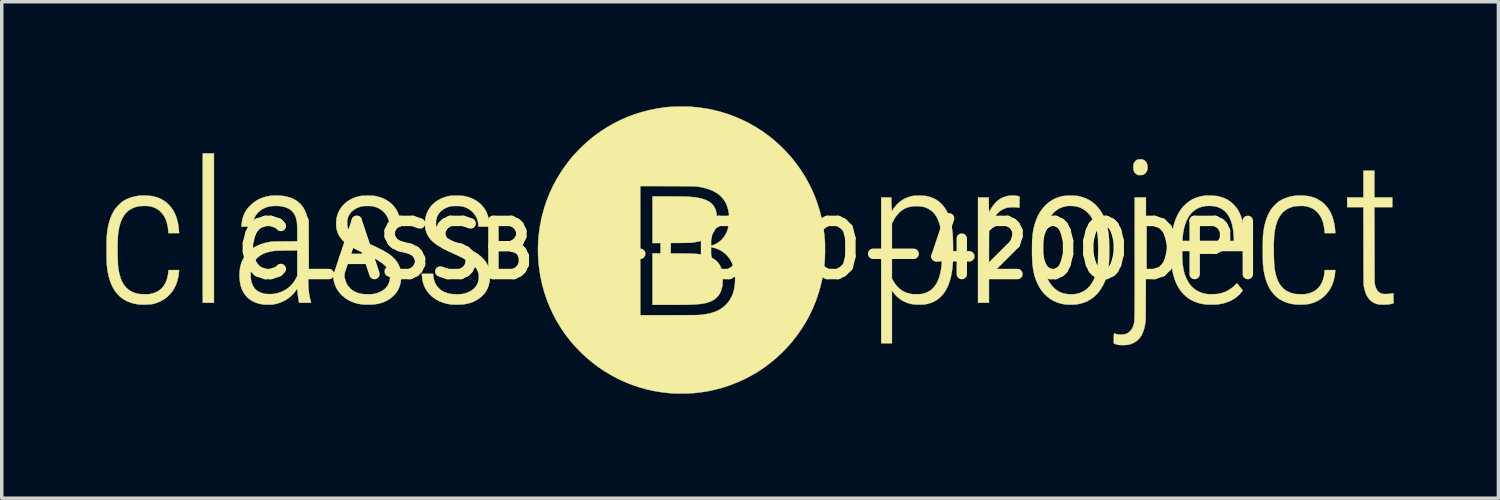
<source format=kicad_pcb>
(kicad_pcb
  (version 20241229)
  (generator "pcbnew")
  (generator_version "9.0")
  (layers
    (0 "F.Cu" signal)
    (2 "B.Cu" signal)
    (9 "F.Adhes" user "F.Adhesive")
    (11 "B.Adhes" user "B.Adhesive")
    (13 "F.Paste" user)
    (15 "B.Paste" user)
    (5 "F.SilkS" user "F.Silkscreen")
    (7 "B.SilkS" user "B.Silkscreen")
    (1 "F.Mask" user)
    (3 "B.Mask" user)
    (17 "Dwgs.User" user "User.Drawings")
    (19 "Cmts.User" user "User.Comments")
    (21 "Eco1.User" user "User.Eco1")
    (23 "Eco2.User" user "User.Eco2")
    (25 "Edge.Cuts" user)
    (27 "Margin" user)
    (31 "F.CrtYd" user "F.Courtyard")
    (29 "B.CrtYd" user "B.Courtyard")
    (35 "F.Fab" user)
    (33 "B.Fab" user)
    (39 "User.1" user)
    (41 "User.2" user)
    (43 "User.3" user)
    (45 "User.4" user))
  (footprint "CLASSBP-LOGO-4200DPI"
    (layer "F.Cu")
    (at 18.426 4.117)
    (property "Reference" "CLASSBP-LOGO-4200DPI" (at 0 0 0) (layer "F.SilkS") (effects (font (size 1.524 1.524) (thickness 0.3))))
    (attr through_hole)
    (fp_poly (pts (xy -15.343 1.512) (xy -15.663 1.512) (xy -15.663 -2.77) (xy -15.343 -2.77) (xy -15.343 1.512)) (stroke (width 0.01) (type solid)) (fill yes) (layer "F.SilkS"))
    (fp_poly (pts (xy 11.245 -2.599) (xy 11.276 -2.595) (xy 11.29 -2.592) (xy 11.328 -2.573) (xy 11.36 -2.545) (xy 11.386 -2.509) (xy 11.406 -2.467) (xy 11.418 -2.421) (xy 11.423 -2.372) (xy 11.419 -2.322) (xy 11.406 -2.272) (xy 11.405 -2.27) (xy 11.388 -2.238) (xy 11.364 -2.207) (xy 11.336 -2.181) (xy 11.306 -2.162) (xy 11.294 -2.157) (xy 11.272 -2.152) (xy 11.243 -2.149) (xy 11.211 -2.147) (xy 11.18 -2.148) (xy 11.155 -2.15) (xy 11.146 -2.153) (xy 11.107 -2.171) (xy 11.072 -2.199) (xy 11.044 -2.238) (xy 11.033 -2.259) (xy 11.026 -2.275) (xy 11.021 -2.289) (xy 11.018 -2.304) (xy 11.016 -2.323) (xy 11.016 -2.349) (xy 11.016 -2.374) (xy 11.016 -2.407) (xy 11.017 -2.431) (xy 11.019 -2.449) (xy 11.022 -2.463) (xy 11.027 -2.477) (xy 11.032 -2.486) (xy 11.053 -2.523) (xy 11.08 -2.555) (xy 11.109 -2.579) (xy 11.118 -2.584) (xy 11.142 -2.592) (xy 11.174 -2.598) (xy 11.209 -2.6) (xy 11.245 -2.599)) (stroke (width 0.01) (type solid)) (fill yes) (layer "F.SilkS"))
    (fp_poly (pts (xy -2.33 -1.536) (xy -2.254 -1.536) (xy -2.179 -1.536) (xy -2.107 -1.535) (xy -2.037 -1.535) (xy -1.972 -1.534) (xy -1.914 -1.533) (xy -1.862 -1.532) (xy -1.819 -1.532) (xy -1.787 -1.531) (xy -1.772 -1.53) (xy -1.65 -1.521) (xy -1.539 -1.509) (xy -1.439 -1.492) (xy -1.349 -1.471) (xy -1.269 -1.445) (xy -1.198 -1.414) (xy -1.136 -1.378) (xy -1.083 -1.337) (xy -1.038 -1.29) (xy -1.001 -1.237) (xy -0.971 -1.179) (xy -0.948 -1.114) (xy -0.943 -1.094) (xy -0.937 -1.061) (xy -0.932 -1.019) (xy -0.928 -0.971) (xy -0.926 -0.92) (xy -0.926 -0.87) (xy -0.927 -0.823) (xy -0.93 -0.782) (xy -0.931 -0.778) (xy -0.946 -0.692) (xy -0.968 -0.615) (xy -0.999 -0.545) (xy -1.038 -0.482) (xy -1.085 -0.426) (xy -1.142 -0.377) (xy -1.208 -0.334) (xy -1.283 -0.297) (xy -1.368 -0.266) (xy -1.463 -0.241) (xy -1.569 -0.221) (xy -1.621 -0.214) (xy -1.636 -0.212) (xy -1.653 -0.21) (xy -1.674 -0.209) (xy -1.698 -0.208) (xy -1.727 -0.207) (xy -1.761 -0.206) (xy -1.801 -0.205) (xy -1.849 -0.204) (xy -1.904 -0.204) (xy -1.968 -0.203) (xy -2.042 -0.202) (xy -2.125 -0.202) (xy -2.221 -0.201) (xy -2.233 -0.201) (xy -2.77 -0.199) (xy -2.77 -1.536) (xy -2.33 -1.536)) (stroke (width 0.01) (type solid)) (fill yes) (layer "F.SilkS"))
    (fp_poly (pts (xy -2.194 0.098) (xy -2.09 0.099) (xy -1.998 0.099) (xy -1.916 0.1) (xy -1.843 0.101) (xy -1.779 0.102) (xy -1.722 0.103) (xy -1.673 0.104) (xy -1.629 0.105) (xy -1.59 0.107) (xy -1.555 0.109) (xy -1.523 0.111) (xy -1.493 0.114) (xy -1.465 0.117) (xy -1.437 0.121) (xy -1.409 0.125) (xy -1.38 0.13) (xy -1.355 0.134) (xy -1.253 0.155) (xy -1.16 0.184) (xy -1.076 0.22) (xy -1.003 0.262) (xy -0.939 0.312) (xy -0.885 0.37) (xy -0.84 0.434) (xy -0.805 0.506) (xy -0.79 0.548) (xy -0.778 0.593) (xy -0.768 0.64) (xy -0.762 0.689) (xy -0.758 0.744) (xy -0.757 0.807) (xy -0.758 0.868) (xy -0.759 0.919) (xy -0.761 0.96) (xy -0.764 0.994) (xy -0.767 1.022) (xy -0.771 1.048) (xy -0.774 1.06) (xy -0.794 1.137) (xy -0.82 1.205) (xy -0.851 1.265) (xy -0.89 1.319) (xy -0.912 1.344) (xy -0.958 1.387) (xy -1.006 1.424) (xy -1.06 1.455) (xy -1.122 1.482) (xy -1.163 1.497) (xy -1.197 1.508) (xy -1.233 1.517) (xy -1.27 1.526) (xy -1.309 1.534) (xy -1.351 1.541) (xy -1.397 1.547) (xy -1.448 1.552) (xy -1.504 1.557) (xy -1.566 1.561) (xy -1.634 1.564) (xy -1.71 1.567) (xy -1.794 1.569) (xy -1.887 1.57) (xy -1.99 1.571) (xy -2.103 1.572) (xy -2.227 1.572) (xy -2.284 1.572) (xy -2.77 1.572) (xy -2.77 0.096) (xy -2.194 0.098)) (stroke (width 0.01) (type solid)) (fill yes) (layer "F.SilkS"))
    (fp_poly (pts (xy 7.623 -1.558) (xy 7.669 -1.553) (xy 7.708 -1.545) (xy 7.738 -1.535) (xy 7.738 -1.535) (xy 7.755 -1.527) (xy 7.751 -1.37) (xy 7.75 -1.328) (xy 7.749 -1.29) (xy 7.748 -1.258) (xy 7.747 -1.233) (xy 7.746 -1.217) (xy 7.745 -1.212) (xy 7.739 -1.212) (xy 7.724 -1.214) (xy 7.702 -1.217) (xy 7.687 -1.22) (xy 7.645 -1.224) (xy 7.597 -1.227) (xy 7.546 -1.227) (xy 7.495 -1.225) (xy 7.447 -1.221) (xy 7.407 -1.215) (xy 7.387 -1.21) (xy 7.339 -1.194) (xy 7.288 -1.172) (xy 7.238 -1.146) (xy 7.196 -1.118) (xy 7.191 -1.114) (xy 7.128 -1.06) (xy 7.07 -0.995) (xy 7.018 -0.921) (xy 6.971 -0.839) (xy 6.932 -0.751) (xy 6.899 -0.657) (xy 6.888 -0.618) (xy 6.887 -0.611) (xy 6.885 -0.605) (xy 6.884 -0.598) (xy 6.883 -0.589) (xy 6.882 -0.579) (xy 6.881 -0.566) (xy 6.88 -0.551) (xy 6.879 -0.531) (xy 6.879 -0.508) (xy 6.878 -0.48) (xy 6.878 -0.447) (xy 6.877 -0.408) (xy 6.877 -0.363) (xy 6.877 -0.311) (xy 6.877 -0.252) (xy 6.876 -0.184) (xy 6.876 -0.108) (xy 6.876 -0.023) (xy 6.876 0.071) (xy 6.876 0.176) (xy 6.876 0.292) (xy 6.876 0.419) (xy 6.876 1.512) (xy 6.562 1.512) (xy 6.562 -1.506) (xy 6.87 -1.506) (xy 6.87 -1.419) (xy 6.87 -1.385) (xy 6.871 -1.342) (xy 6.872 -1.294) (xy 6.873 -1.246) (xy 6.874 -1.205) (xy 6.878 -1.078) (xy 6.905 -1.13) (xy 6.952 -1.213) (xy 7.005 -1.288) (xy 7.063 -1.356) (xy 7.125 -1.414) (xy 7.189 -1.462) (xy 7.218 -1.479) (xy 7.26 -1.5) (xy 7.31 -1.519) (xy 7.361 -1.536) (xy 7.411 -1.549) (xy 7.425 -1.551) (xy 7.471 -1.557) (xy 7.521 -1.56) (xy 7.573 -1.561) (xy 7.623 -1.558)) (stroke (width 0.01) (type solid)) (fill yes) (layer "F.SilkS"))
    (fp_poly (pts (xy 17.925 -1.506) (xy 18.439 -1.506) (xy 18.439 -1.228) (xy 17.925 -1.228) (xy 17.927 -0.144) (xy 17.927 -0.009) (xy 17.927 0.113) (xy 17.927 0.225) (xy 17.928 0.326) (xy 17.928 0.418) (xy 17.928 0.5) (xy 17.928 0.573) (xy 17.929 0.638) (xy 17.929 0.695) (xy 17.929 0.746) (xy 17.93 0.789) (xy 17.93 0.826) (xy 17.931 0.858) (xy 17.931 0.885) (xy 17.932 0.908) (xy 17.933 0.926) (xy 17.934 0.942) (xy 17.935 0.954) (xy 17.936 0.965) (xy 17.937 0.973) (xy 17.938 0.981) (xy 17.94 0.987) (xy 17.941 0.994) (xy 17.941 0.995) (xy 17.961 1.063) (xy 17.985 1.12) (xy 18.014 1.167) (xy 18.048 1.205) (xy 18.088 1.233) (xy 18.127 1.25) (xy 18.15 1.255) (xy 18.183 1.259) (xy 18.222 1.261) (xy 18.265 1.261) (xy 18.31 1.26) (xy 18.353 1.257) (xy 18.393 1.252) (xy 18.405 1.25) (xy 18.43 1.245) (xy 18.45 1.242) (xy 18.463 1.241) (xy 18.466 1.241) (xy 18.467 1.247) (xy 18.468 1.264) (xy 18.469 1.289) (xy 18.47 1.322) (xy 18.471 1.359) (xy 18.472 1.383) (xy 18.476 1.523) (xy 18.438 1.536) (xy 18.391 1.549) (xy 18.336 1.558) (xy 18.273 1.564) (xy 18.2 1.566) (xy 18.179 1.565) (xy 18.144 1.565) (xy 18.111 1.564) (xy 18.085 1.564) (xy 18.066 1.563) (xy 18.058 1.562) (xy 18.024 1.555) (xy 17.986 1.544) (xy 17.949 1.531) (xy 17.919 1.518) (xy 17.917 1.517) (xy 17.859 1.483) (xy 17.808 1.442) (xy 17.763 1.393) (xy 17.724 1.336) (xy 17.69 1.27) (xy 17.662 1.194) (xy 17.639 1.108) (xy 17.627 1.055) (xy 17.626 1.047) (xy 17.624 1.039) (xy 17.623 1.03) (xy 17.622 1.021) (xy 17.621 1.01) (xy 17.62 0.997) (xy 17.619 0.981) (xy 17.618 0.962) (xy 17.617 0.94) (xy 17.617 0.913) (xy 17.616 0.882) (xy 17.616 0.845) (xy 17.615 0.802) (xy 17.615 0.753) (xy 17.614 0.697) (xy 17.614 0.633) (xy 17.614 0.562) (xy 17.614 0.481) (xy 17.613 0.392) (xy 17.613 0.293) (xy 17.613 0.183) (xy 17.613 0.063) (xy 17.612 -0.068) (xy 17.612 -0.119) (xy 17.61 -1.228) (xy 17.145 -1.228) (xy 17.145 -1.506) (xy 17.611 -1.506) (xy 17.611 -2.274) (xy 17.925 -2.274) (xy 17.925 -1.506)) (stroke (width 0.01) (type solid)) (fill yes) (layer "F.SilkS"))
    (fp_poly (pts (xy 11.374 0.246) (xy 11.374 0.429) (xy 11.373 0.6) (xy 11.373 0.759) (xy 11.373 0.908) (xy 11.373 1.045) (xy 11.372 1.172) (xy 11.372 1.289) (xy 11.372 1.397) (xy 11.371 1.494) (xy 11.371 1.583) (xy 11.37 1.663) (xy 11.37 1.734) (xy 11.369 1.798) (xy 11.369 1.853) (xy 11.368 1.901) (xy 11.368 1.942) (xy 11.367 1.976) (xy 11.367 2.004) (xy 11.366 2.025) (xy 11.365 2.041) (xy 11.364 2.051) (xy 11.364 2.053) (xy 11.346 2.161) (xy 11.323 2.259) (xy 11.294 2.347) (xy 11.259 2.424) (xy 11.219 2.492) (xy 11.172 2.551) (xy 11.118 2.602) (xy 11.057 2.644) (xy 10.99 2.678) (xy 10.914 2.705) (xy 10.897 2.71) (xy 10.867 2.715) (xy 10.829 2.72) (xy 10.785 2.724) (xy 10.738 2.726) (xy 10.691 2.726) (xy 10.647 2.725) (xy 10.609 2.723) (xy 10.58 2.719) (xy 10.578 2.718) (xy 10.553 2.712) (xy 10.525 2.704) (xy 10.498 2.696) (xy 10.476 2.688) (xy 10.461 2.682) (xy 10.458 2.681) (xy 10.456 2.675) (xy 10.455 2.662) (xy 10.454 2.64) (xy 10.454 2.609) (xy 10.454 2.567) (xy 10.455 2.535) (xy 10.456 2.49) (xy 10.457 2.456) (xy 10.458 2.431) (xy 10.459 2.414) (xy 10.461 2.404) (xy 10.463 2.398) (xy 10.466 2.396) (xy 10.47 2.396) (xy 10.471 2.397) (xy 10.513 2.406) (xy 10.545 2.414) (xy 10.571 2.419) (xy 10.592 2.422) (xy 10.611 2.424) (xy 10.631 2.425) (xy 10.653 2.424) (xy 10.68 2.423) (xy 10.718 2.422) (xy 10.748 2.419) (xy 10.771 2.415) (xy 10.792 2.41) (xy 10.8 2.407) (xy 10.855 2.381) (xy 10.904 2.345) (xy 10.947 2.299) (xy 10.983 2.245) (xy 11.011 2.182) (xy 11.024 2.141) (xy 11.027 2.13) (xy 11.03 2.12) (xy 11.033 2.111) (xy 11.035 2.101) (xy 11.037 2.091) (xy 11.039 2.081) (xy 11.041 2.069) (xy 11.043 2.055) (xy 11.045 2.039) (xy 11.046 2.02) (xy 11.047 1.998) (xy 11.048 1.973) (xy 11.049 1.944) (xy 11.05 1.911) (xy 11.051 1.873) (xy 11.052 1.83) (xy 11.053 1.782) (xy 11.053 1.727) (xy 11.054 1.666) (xy 11.054 1.598) (xy 11.054 1.522) (xy 11.054 1.439) (xy 11.055 1.348) (xy 11.055 1.248) (xy 11.055 1.14) (xy 11.055 1.022) (xy 11.055 0.893) (xy 11.055 0.755) (xy 11.055 0.606) (xy 11.055 0.446) (xy 11.055 0.274) (xy 11.055 0.234) (xy 11.055 -1.506) (xy 11.376 -1.506) (xy 11.374 0.246)) (stroke (width 0.01) (type solid)) (fill yes) (layer "F.SilkS"))
    (fp_poly (pts (xy 4.92 -1.557) (xy 4.96 -1.557) (xy 4.991 -1.556) (xy 5.017 -1.554) (xy 5.039 -1.552) (xy 5.061 -1.549) (xy 5.083 -1.545) (xy 5.089 -1.544) (xy 5.183 -1.521) (xy 5.267 -1.49) (xy 5.345 -1.452) (xy 5.417 -1.405) (xy 5.485 -1.349) (xy 5.51 -1.325) (xy 5.569 -1.259) (xy 5.622 -1.187) (xy 5.669 -1.106) (xy 5.71 -1.018) (xy 5.746 -0.92) (xy 5.776 -0.814) (xy 5.801 -0.698) (xy 5.822 -0.571) (xy 5.833 -0.472) (xy 5.836 -0.439) (xy 5.838 -0.396) (xy 5.841 -0.344) (xy 5.843 -0.285) (xy 5.844 -0.22) (xy 5.846 -0.152) (xy 5.846 -0.081) (xy 5.847 -0.01) (xy 5.847 0.06) (xy 5.847 0.127) (xy 5.847 0.189) (xy 5.846 0.245) (xy 5.844 0.294) (xy 5.843 0.33) (xy 5.831 0.472) (xy 5.815 0.605) (xy 5.793 0.727) (xy 5.766 0.841) (xy 5.733 0.945) (xy 5.695 1.042) (xy 5.651 1.131) (xy 5.603 1.209) (xy 5.543 1.288) (xy 5.475 1.358) (xy 5.4 1.419) (xy 5.319 1.469) (xy 5.231 1.509) (xy 5.137 1.539) (xy 5.037 1.559) (xy 5.024 1.56) (xy 4.985 1.564) (xy 4.938 1.566) (xy 4.886 1.566) (xy 4.832 1.565) (xy 4.779 1.562) (xy 4.729 1.559) (xy 4.685 1.554) (xy 4.654 1.548) (xy 4.552 1.521) (xy 4.459 1.485) (xy 4.372 1.439) (xy 4.293 1.383) (xy 4.22 1.317) (xy 4.153 1.241) (xy 4.124 1.201) (xy 4.094 1.159) (xy 4.094 2.673) (xy 3.786 2.673) (xy 3.786 -0.76) (xy 4.094 -0.76) (xy 4.094 0.819) (xy 4.126 0.877) (xy 4.179 0.963) (xy 4.238 1.038) (xy 4.302 1.102) (xy 4.373 1.156) (xy 4.442 1.196) (xy 4.479 1.213) (xy 4.516 1.227) (xy 4.558 1.24) (xy 4.607 1.252) (xy 4.664 1.263) (xy 4.681 1.266) (xy 4.691 1.267) (xy 4.712 1.268) (xy 4.74 1.268) (xy 4.774 1.268) (xy 4.812 1.267) (xy 4.817 1.267) (xy 4.86 1.267) (xy 4.894 1.265) (xy 4.921 1.264) (xy 4.943 1.261) (xy 4.963 1.258) (xy 4.984 1.253) (xy 4.997 1.25) (xy 5.078 1.223) (xy 5.152 1.186) (xy 5.22 1.141) (xy 5.28 1.085) (xy 5.334 1.02) (xy 5.381 0.945) (xy 5.421 0.86) (xy 5.455 0.764) (xy 5.481 0.665) (xy 5.492 0.617) (xy 5.5 0.57) (xy 5.508 0.525) (xy 5.514 0.477) (xy 5.519 0.427) (xy 5.523 0.373) (xy 5.526 0.313) (xy 5.528 0.245) (xy 5.53 0.168) (xy 5.532 0.091) (xy 5.533 -0.029) (xy 5.532 -0.136) (xy 5.53 -0.234) (xy 5.526 -0.321) (xy 5.521 -0.399) (xy 5.514 -0.468) (xy 5.512 -0.484) (xy 5.494 -0.601) (xy 5.47 -0.707) (xy 5.441 -0.803) (xy 5.406 -0.889) (xy 5.366 -0.965) (xy 5.319 -1.032) (xy 5.267 -1.09) (xy 5.208 -1.139) (xy 5.143 -1.18) (xy 5.133 -1.185) (xy 5.072 -1.213) (xy 5.011 -1.233) (xy 4.946 -1.247) (xy 4.876 -1.255) (xy 4.797 -1.258) (xy 4.796 -1.258) (xy 4.701 -1.254) (xy 4.613 -1.24) (xy 4.533 -1.218) (xy 4.458 -1.186) (xy 4.388 -1.143) (xy 4.322 -1.091) (xy 4.291 -1.061) (xy 4.23 -0.992) (xy 4.174 -0.913) (xy 4.127 -0.826) (xy 4.094 -0.76) (xy 3.786 -0.76) (xy 3.786 -1.506) (xy 4.075 -1.506) (xy 4.079 -1.368) (xy 4.08 -1.324) (xy 4.082 -1.28) (xy 4.084 -1.239) (xy 4.085 -1.203) (xy 4.087 -1.176) (xy 4.087 -1.171) (xy 4.091 -1.111) (xy 4.115 -1.149) (xy 4.136 -1.18) (xy 4.162 -1.215) (xy 4.191 -1.252) (xy 4.221 -1.287) (xy 4.249 -1.318) (xy 4.268 -1.337) (xy 4.345 -1.4) (xy 4.425 -1.453) (xy 4.51 -1.495) (xy 4.601 -1.527) (xy 4.652 -1.541) (xy 4.674 -1.546) (xy 4.693 -1.55) (xy 4.712 -1.553) (xy 4.732 -1.555) (xy 4.756 -1.556) (xy 4.785 -1.557) (xy 4.822 -1.557) (xy 4.87 -1.557) (xy 4.871 -1.557) (xy 4.92 -1.557)) (stroke (width 0.01) (type solid)) (fill yes) (layer "F.SilkS"))
    (fp_poly (pts (xy 13.24 -1.559) (xy 13.295 -1.557) (xy 13.347 -1.553) (xy 13.393 -1.549) (xy 13.43 -1.543) (xy 13.434 -1.543) (xy 13.535 -1.517) (xy 13.627 -1.484) (xy 13.712 -1.442) (xy 13.791 -1.391) (xy 13.864 -1.33) (xy 13.896 -1.297) (xy 13.958 -1.227) (xy 14.012 -1.15) (xy 14.058 -1.065) (xy 14.098 -0.973) (xy 14.132 -0.872) (xy 14.16 -0.761) (xy 14.172 -0.701) (xy 14.181 -0.652) (xy 14.188 -0.606) (xy 14.194 -0.561) (xy 14.198 -0.514) (xy 14.202 -0.465) (xy 14.205 -0.41) (xy 14.207 -0.348) (xy 14.209 -0.278) (xy 14.21 -0.207) (xy 14.214 0.03) (xy 12.416 0.03) (xy 12.416 0.113) (xy 12.418 0.232) (xy 12.424 0.34) (xy 12.433 0.44) (xy 12.447 0.531) (xy 12.465 0.616) (xy 12.488 0.696) (xy 12.516 0.771) (xy 12.546 0.838) (xy 12.594 0.925) (xy 12.65 1.003) (xy 12.713 1.072) (xy 12.783 1.13) (xy 12.86 1.178) (xy 12.944 1.217) (xy 13.035 1.246) (xy 13.132 1.264) (xy 13.134 1.264) (xy 13.166 1.267) (xy 13.208 1.269) (xy 13.258 1.269) (xy 13.302 1.268) (xy 13.378 1.264) (xy 13.447 1.257) (xy 13.509 1.245) (xy 13.569 1.229) (xy 13.629 1.207) (xy 13.692 1.178) (xy 13.695 1.177) (xy 13.778 1.13) (xy 13.856 1.074) (xy 13.926 1.011) (xy 13.947 0.991) (xy 13.966 0.974) (xy 13.979 0.961) (xy 13.986 0.956) (xy 13.987 0.956) (xy 13.992 0.96) (xy 14.003 0.973) (xy 14.019 0.993) (xy 14.039 1.018) (xy 14.062 1.047) (xy 14.072 1.059) (xy 14.152 1.162) (xy 14.137 1.183) (xy 14.067 1.263) (xy 13.991 1.335) (xy 13.907 1.397) (xy 13.815 1.449) (xy 13.716 1.492) (xy 13.609 1.526) (xy 13.495 1.55) (xy 13.448 1.557) (xy 13.411 1.561) (xy 13.365 1.563) (xy 13.314 1.565) (xy 13.259 1.566) (xy 13.204 1.565) (xy 13.152 1.564) (xy 13.105 1.562) (xy 13.067 1.558) (xy 13.057 1.557) (xy 12.941 1.536) (xy 12.833 1.504) (xy 12.732 1.464) (xy 12.638 1.413) (xy 12.551 1.353) (xy 12.471 1.282) (xy 12.398 1.202) (xy 12.336 1.119) (xy 12.28 1.026) (xy 12.232 0.924) (xy 12.191 0.814) (xy 12.158 0.696) (xy 12.133 0.569) (xy 12.116 0.433) (xy 12.113 0.399) (xy 12.111 0.37) (xy 12.11 0.332) (xy 12.109 0.286) (xy 12.108 0.232) (xy 12.108 0.173) (xy 12.108 0.109) (xy 12.108 0.043) (xy 12.109 -0.024) (xy 12.109 -0.092) (xy 12.11 -0.157) (xy 12.112 -0.22) (xy 12.113 -0.26) (xy 12.422 -0.26) (xy 13.897 -0.26) (xy 13.897 -0.298) (xy 13.895 -0.375) (xy 13.889 -0.457) (xy 13.88 -0.54) (xy 13.868 -0.62) (xy 13.854 -0.695) (xy 13.846 -0.729) (xy 13.816 -0.827) (xy 13.78 -0.914) (xy 13.738 -0.992) (xy 13.688 -1.06) (xy 13.632 -1.118) (xy 13.568 -1.167) (xy 13.497 -1.206) (xy 13.419 -1.236) (xy 13.39 -1.244) (xy 13.351 -1.252) (xy 13.304 -1.258) (xy 13.251 -1.262) (xy 13.196 -1.264) (xy 13.143 -1.263) (xy 13.094 -1.26) (xy 13.073 -1.258) (xy 12.983 -1.24) (xy 12.9 -1.212) (xy 12.823 -1.174) (xy 12.752 -1.126) (xy 12.688 -1.068) (xy 12.631 -1) (xy 12.581 -0.922) (xy 12.537 -0.834) (xy 12.5 -0.737) (xy 12.469 -0.629) (xy 12.446 -0.513) (xy 12.43 -0.387) (xy 12.428 -0.369) (xy 12.426 -0.339) (xy 12.424 -0.312) (xy 12.422 -0.29) (xy 12.422 -0.28) (xy 12.422 -0.26) (xy 12.113 -0.26) (xy 12.113 -0.278) (xy 12.115 -0.33) (xy 12.116 -0.375) (xy 12.118 -0.411) (xy 12.121 -0.436) (xy 12.121 -0.441) (xy 12.141 -0.567) (xy 12.165 -0.682) (xy 12.195 -0.789) (xy 12.23 -0.888) (xy 12.271 -0.981) (xy 12.318 -1.069) (xy 12.329 -1.087) (xy 12.392 -1.18) (xy 12.462 -1.264) (xy 12.539 -1.337) (xy 12.622 -1.401) (xy 12.712 -1.454) (xy 12.808 -1.497) (xy 12.91 -1.529) (xy 13.018 -1.551) (xy 13.046 -1.555) (xy 13.085 -1.558) (xy 13.132 -1.56) (xy 13.185 -1.56) (xy 13.24 -1.559)) (stroke (width 0.01) (type solid)) (fill yes) (layer "F.SilkS"))
    (fp_poly (pts (xy -17.318 -1.561) (xy -17.25 -1.558) (xy -17.185 -1.553) (xy -17.124 -1.546) (xy -17.071 -1.537) (xy -17.051 -1.532) (xy -16.952 -1.502) (xy -16.858 -1.461) (xy -16.771 -1.41) (xy -16.691 -1.349) (xy -16.618 -1.278) (xy -16.554 -1.199) (xy -16.498 -1.113) (xy -16.46 -1.038) (xy -16.426 -0.954) (xy -16.398 -0.864) (xy -16.375 -0.77) (xy -16.358 -0.676) (xy -16.35 -0.593) (xy -16.348 -0.564) (xy -16.346 -0.537) (xy -16.344 -0.515) (xy -16.343 -0.51) (xy -16.34 -0.484) (xy -16.649 -0.484) (xy -16.649 -0.514) (xy -16.65 -0.532) (xy -16.652 -0.559) (xy -16.655 -0.589) (xy -16.658 -0.614) (xy -16.675 -0.713) (xy -16.698 -0.803) (xy -16.727 -0.884) (xy -16.764 -0.957) (xy -16.808 -1.024) (xy -16.86 -1.084) (xy -16.863 -1.087) (xy -16.922 -1.141) (xy -16.985 -1.184) (xy -17.055 -1.217) (xy -17.132 -1.242) (xy -17.212 -1.258) (xy -17.241 -1.261) (xy -17.279 -1.263) (xy -17.322 -1.263) (xy -17.368 -1.262) (xy -17.414 -1.26) (xy -17.457 -1.257) (xy -17.494 -1.254) (xy -17.521 -1.249) (xy -17.523 -1.249) (xy -17.609 -1.225) (xy -17.688 -1.192) (xy -17.76 -1.151) (xy -17.824 -1.101) (xy -17.881 -1.042) (xy -17.932 -0.973) (xy -17.975 -0.896) (xy -18.012 -0.808) (xy -18.043 -0.711) (xy -18.068 -0.603) (xy -18.082 -0.517) (xy -18.089 -0.462) (xy -18.095 -0.402) (xy -18.099 -0.336) (xy -18.102 -0.263) (xy -18.105 -0.183) (xy -18.106 -0.094) (xy -18.105 0.006) (xy -18.105 0.091) (xy -18.103 0.183) (xy -18.101 0.264) (xy -18.098 0.336) (xy -18.095 0.4) (xy -18.091 0.458) (xy -18.085 0.511) (xy -18.078 0.559) (xy -18.07 0.606) (xy -18.061 0.652) (xy -18.05 0.698) (xy -18.046 0.712) (xy -18.016 0.81) (xy -17.98 0.898) (xy -17.937 0.977) (xy -17.887 1.045) (xy -17.83 1.105) (xy -17.765 1.155) (xy -17.693 1.197) (xy -17.613 1.23) (xy -17.532 1.253) (xy -17.497 1.259) (xy -17.454 1.264) (xy -17.404 1.267) (xy -17.351 1.269) (xy -17.299 1.269) (xy -17.249 1.268) (xy -17.206 1.265) (xy -17.183 1.262) (xy -17.094 1.243) (xy -17.013 1.214) (xy -16.94 1.177) (xy -16.875 1.131) (xy -16.818 1.075) (xy -16.77 1.011) (xy -16.729 0.938) (xy -16.696 0.855) (xy -16.671 0.764) (xy -16.67 0.756) (xy -16.663 0.721) (xy -16.657 0.683) (xy -16.653 0.648) (xy -16.651 0.63) (xy -16.647 0.575) (xy -16.34 0.575) (xy -16.343 0.594) (xy -16.345 0.61) (xy -16.347 0.633) (xy -16.35 0.659) (xy -16.35 0.662) (xy -16.353 0.688) (xy -16.357 0.722) (xy -16.363 0.757) (xy -16.368 0.784) (xy -16.395 0.894) (xy -16.431 0.996) (xy -16.477 1.092) (xy -16.532 1.18) (xy -16.596 1.26) (xy -16.667 1.332) (xy -16.747 1.396) (xy -16.835 1.45) (xy -16.93 1.496) (xy -17.032 1.531) (xy -17.102 1.549) (xy -17.133 1.554) (xy -17.173 1.558) (xy -17.221 1.561) (xy -17.273 1.563) (xy -17.328 1.565) (xy -17.382 1.565) (xy -17.433 1.564) (xy -17.48 1.561) (xy -17.518 1.558) (xy -17.526 1.557) (xy -17.637 1.536) (xy -17.741 1.506) (xy -17.838 1.466) (xy -17.928 1.417) (xy -17.989 1.375) (xy -18.029 1.342) (xy -18.071 1.302) (xy -18.113 1.257) (xy -18.152 1.211) (xy -18.185 1.166) (xy -18.191 1.158) (xy -18.247 1.063) (xy -18.295 0.958) (xy -18.335 0.845) (xy -18.368 0.722) (xy -18.394 0.589) (xy -18.411 0.448) (xy -18.415 0.405) (xy -18.416 0.379) (xy -18.417 0.343) (xy -18.419 0.297) (xy -18.419 0.244) (xy -18.42 0.185) (xy -18.421 0.122) (xy -18.421 0.056) (xy -18.421 -0.012) (xy -18.421 -0.078) (xy -18.42 -0.144) (xy -18.42 -0.205) (xy -18.419 -0.262) (xy -18.418 -0.312) (xy -18.417 -0.354) (xy -18.416 -0.386) (xy -18.415 -0.399) (xy -18.399 -0.544) (xy -18.376 -0.679) (xy -18.345 -0.804) (xy -18.307 -0.921) (xy -18.261 -1.029) (xy -18.206 -1.127) (xy -18.188 -1.157) (xy -18.157 -1.199) (xy -18.119 -1.243) (xy -18.077 -1.288) (xy -18.033 -1.331) (xy -17.99 -1.368) (xy -17.95 -1.398) (xy -17.947 -1.4) (xy -17.86 -1.45) (xy -17.768 -1.49) (xy -17.669 -1.522) (xy -17.562 -1.545) (xy -17.502 -1.554) (xy -17.447 -1.559) (xy -17.384 -1.561) (xy -17.318 -1.561)) (stroke (width 0.01) (type solid)) (fill yes) (layer "F.SilkS"))
    (fp_poly (pts (xy 15.829 -1.561) (xy 15.897 -1.558) (xy 15.962 -1.553) (xy 16.023 -1.546) (xy 16.076 -1.537) (xy 16.096 -1.532) (xy 16.195 -1.502) (xy 16.289 -1.461) (xy 16.376 -1.41) (xy 16.456 -1.349) (xy 16.529 -1.278) (xy 16.593 -1.199) (xy 16.649 -1.113) (xy 16.687 -1.038) (xy 16.721 -0.954) (xy 16.749 -0.864) (xy 16.772 -0.77) (xy 16.789 -0.676) (xy 16.797 -0.593) (xy 16.799 -0.564) (xy 16.801 -0.537) (xy 16.803 -0.515) (xy 16.804 -0.51) (xy 16.807 -0.484) (xy 16.498 -0.484) (xy 16.498 -0.514) (xy 16.497 -0.532) (xy 16.495 -0.559) (xy 16.492 -0.589) (xy 16.489 -0.614) (xy 16.472 -0.713) (xy 16.449 -0.803) (xy 16.42 -0.884) (xy 16.383 -0.957) (xy 16.339 -1.024) (xy 16.287 -1.084) (xy 16.284 -1.087) (xy 16.225 -1.141) (xy 16.162 -1.184) (xy 16.092 -1.217) (xy 16.015 -1.242) (xy 15.935 -1.258) (xy 15.906 -1.261) (xy 15.868 -1.263) (xy 15.825 -1.263) (xy 15.779 -1.262) (xy 15.733 -1.26) (xy 15.69 -1.257) (xy 15.653 -1.254) (xy 15.626 -1.249) (xy 15.624 -1.249) (xy 15.538 -1.225) (xy 15.459 -1.192) (xy 15.387 -1.151) (xy 15.323 -1.101) (xy 15.266 -1.042) (xy 15.215 -0.973) (xy 15.172 -0.896) (xy 15.135 -0.808) (xy 15.104 -0.711) (xy 15.079 -0.603) (xy 15.065 -0.517) (xy 15.058 -0.462) (xy 15.052 -0.402) (xy 15.048 -0.336) (xy 15.045 -0.263) (xy 15.042 -0.183) (xy 15.041 -0.094) (xy 15.042 0.006) (xy 15.042 0.091) (xy 15.044 0.183) (xy 15.046 0.264) (xy 15.049 0.336) (xy 15.052 0.4) (xy 15.056 0.458) (xy 15.062 0.511) (xy 15.069 0.559) (xy 15.077 0.606) (xy 15.086 0.652) (xy 15.097 0.698) (xy 15.101 0.712) (xy 15.131 0.81) (xy 15.167 0.898) (xy 15.21 0.977) (xy 15.26 1.045) (xy 15.317 1.105) (xy 15.382 1.155) (xy 15.454 1.197) (xy 15.534 1.23) (xy 15.615 1.253) (xy 15.65 1.259) (xy 15.693 1.264) (xy 15.743 1.267) (xy 15.796 1.269) (xy 15.848 1.269) (xy 15.898 1.268) (xy 15.941 1.265) (xy 15.964 1.262) (xy 16.053 1.243) (xy 16.134 1.214) (xy 16.207 1.177) (xy 16.272 1.131) (xy 16.329 1.075) (xy 16.377 1.011) (xy 16.418 0.938) (xy 16.451 0.855) (xy 16.476 0.764) (xy 16.477 0.756) (xy 16.484 0.721) (xy 16.49 0.683) (xy 16.494 0.648) (xy 16.496 0.63) (xy 16.5 0.575) (xy 16.807 0.575) (xy 16.804 0.594) (xy 16.802 0.61) (xy 16.8 0.633) (xy 16.797 0.659) (xy 16.797 0.662) (xy 16.794 0.688) (xy 16.79 0.722) (xy 16.784 0.757) (xy 16.779 0.784) (xy 16.752 0.894) (xy 16.716 0.996) (xy 16.67 1.092) (xy 16.615 1.18) (xy 16.551 1.26) (xy 16.48 1.332) (xy 16.4 1.396) (xy 16.312 1.45) (xy 16.217 1.496) (xy 16.115 1.531) (xy 16.045 1.549) (xy 16.014 1.554) (xy 15.974 1.558) (xy 15.926 1.561) (xy 15.874 1.563) (xy 15.819 1.565) (xy 15.765 1.565) (xy 15.714 1.564) (xy 15.667 1.561) (xy 15.629 1.558) (xy 15.621 1.557) (xy 15.51 1.536) (xy 15.406 1.506) (xy 15.309 1.466) (xy 15.219 1.417) (xy 15.158 1.375) (xy 15.118 1.342) (xy 15.076 1.302) (xy 15.034 1.257) (xy 14.995 1.211) (xy 14.962 1.166) (xy 14.956 1.158) (xy 14.9 1.063) (xy 14.852 0.958) (xy 14.812 0.845) (xy 14.779 0.722) (xy 14.753 0.589) (xy 14.736 0.448) (xy 14.732 0.405) (xy 14.731 0.383) (xy 14.73 0.351) (xy 14.729 0.309) (xy 14.728 0.26) (xy 14.727 0.204) (xy 14.727 0.145) (xy 14.726 0.082) (xy 14.726 0.018) (xy 14.726 0.003) (xy 14.726 -0.061) (xy 14.726 -0.125) (xy 14.727 -0.185) (xy 14.728 -0.242) (xy 14.729 -0.292) (xy 14.73 -0.336) (xy 14.731 -0.371) (xy 14.732 -0.395) (xy 14.732 -0.399) (xy 14.748 -0.544) (xy 14.771 -0.679) (xy 14.802 -0.804) (xy 14.84 -0.921) (xy 14.886 -1.029) (xy 14.941 -1.127) (xy 14.959 -1.157) (xy 14.99 -1.199) (xy 15.028 -1.243) (xy 15.07 -1.288) (xy 15.114 -1.331) (xy 15.157 -1.368) (xy 15.197 -1.398) (xy 15.2 -1.4) (xy 15.287 -1.45) (xy 15.379 -1.49) (xy 15.478 -1.522) (xy 15.585 -1.545) (xy 15.645 -1.554) (xy 15.7 -1.559) (xy 15.763 -1.561) (xy 15.829 -1.561)) (stroke (width 0.01) (type solid)) (fill yes) (layer "F.SilkS"))
    (fp_poly (pts (xy 9.264 -1.557) (xy 9.305 -1.557) (xy 9.337 -1.556) (xy 9.363 -1.555) (xy 9.386 -1.553) (xy 9.406 -1.55) (xy 9.427 -1.547) (xy 9.445 -1.543) (xy 9.554 -1.516) (xy 9.656 -1.478) (xy 9.751 -1.43) (xy 9.839 -1.372) (xy 9.92 -1.305) (xy 9.995 -1.227) (xy 10.063 -1.139) (xy 10.124 -1.042) (xy 10.163 -0.966) (xy 10.209 -0.859) (xy 10.247 -0.745) (xy 10.277 -0.623) (xy 10.3 -0.493) (xy 10.315 -0.354) (xy 10.317 -0.331) (xy 10.319 -0.299) (xy 10.32 -0.257) (xy 10.321 -0.206) (xy 10.322 -0.149) (xy 10.323 -0.087) (xy 10.323 -0.023) (xy 10.323 0.042) (xy 10.323 0.107) (xy 10.322 0.168) (xy 10.321 0.225) (xy 10.32 0.275) (xy 10.319 0.317) (xy 10.317 0.345) (xy 10.304 0.482) (xy 10.283 0.61) (xy 10.255 0.729) (xy 10.22 0.842) (xy 10.177 0.948) (xy 10.16 0.983) (xy 10.104 1.086) (xy 10.04 1.18) (xy 9.969 1.264) (xy 9.892 1.338) (xy 9.808 1.402) (xy 9.718 1.456) (xy 9.622 1.499) (xy 9.519 1.532) (xy 9.411 1.555) (xy 9.396 1.557) (xy 9.361 1.561) (xy 9.318 1.564) (xy 9.269 1.565) (xy 9.217 1.566) (xy 9.165 1.565) (xy 9.116 1.563) (xy 9.073 1.561) (xy 9.039 1.557) (xy 9.038 1.557) (xy 8.928 1.534) (xy 8.824 1.501) (xy 8.726 1.457) (xy 8.635 1.404) (xy 8.55 1.341) (xy 8.472 1.267) (xy 8.401 1.185) (xy 8.337 1.093) (xy 8.281 0.991) (xy 8.232 0.881) (xy 8.201 0.795) (xy 8.18 0.727) (xy 8.163 0.657) (xy 8.148 0.584) (xy 8.136 0.508) (xy 8.126 0.426) (xy 8.119 0.337) (xy 8.114 0.241) (xy 8.111 0.135) (xy 8.11 0.019) (xy 8.11 0.014) (xy 8.11 0.002) (xy 8.43 0.002) (xy 8.431 0.084) (xy 8.431 0.156) (xy 8.433 0.218) (xy 8.434 0.273) (xy 8.437 0.322) (xy 8.44 0.367) (xy 8.445 0.409) (xy 8.45 0.45) (xy 8.455 0.484) (xy 8.477 0.596) (xy 8.507 0.702) (xy 8.544 0.8) (xy 8.588 0.89) (xy 8.639 0.971) (xy 8.696 1.043) (xy 8.759 1.106) (xy 8.828 1.16) (xy 8.902 1.203) (xy 8.972 1.232) (xy 9.034 1.249) (xy 9.104 1.262) (xy 9.178 1.269) (xy 9.252 1.271) (xy 9.323 1.266) (xy 9.365 1.261) (xy 9.455 1.24) (xy 9.537 1.209) (xy 9.613 1.168) (xy 9.682 1.118) (xy 9.745 1.057) (xy 9.789 1.004) (xy 9.839 0.928) (xy 9.883 0.842) (xy 9.921 0.746) (xy 9.953 0.64) (xy 9.978 0.524) (xy 9.995 0.411) (xy 9.998 0.38) (xy 10 0.338) (xy 10.002 0.287) (xy 10.004 0.23) (xy 10.005 0.167) (xy 10.006 0.1) (xy 10.007 0.031) (xy 10.007 -0.038) (xy 10.006 -0.106) (xy 10.005 -0.171) (xy 10.004 -0.232) (xy 10.002 -0.287) (xy 10 -0.334) (xy 9.997 -0.372) (xy 9.995 -0.392) (xy 9.976 -0.512) (xy 9.951 -0.623) (xy 9.92 -0.724) (xy 9.882 -0.817) (xy 9.838 -0.901) (xy 9.786 -0.979) (xy 9.771 -0.999) (xy 9.709 -1.069) (xy 9.642 -1.129) (xy 9.568 -1.178) (xy 9.488 -1.217) (xy 9.406 -1.244) (xy 9.366 -1.252) (xy 9.317 -1.258) (xy 9.264 -1.262) (xy 9.21 -1.264) (xy 9.158 -1.263) (xy 9.112 -1.26) (xy 9.101 -1.258) (xy 9.059 -1.25) (xy 9.012 -1.238) (xy 8.964 -1.222) (xy 8.92 -1.205) (xy 8.884 -1.188) (xy 8.812 -1.141) (xy 8.745 -1.085) (xy 8.683 -1.018) (xy 8.627 -0.943) (xy 8.577 -0.858) (xy 8.535 -0.766) (xy 8.499 -0.667) (xy 8.482 -0.605) (xy 8.47 -0.556) (xy 8.46 -0.506) (xy 8.452 -0.456) (xy 8.445 -0.403) (xy 8.44 -0.346) (xy 8.436 -0.283) (xy 8.433 -0.213) (xy 8.431 -0.135) (xy 8.43 -0.047) (xy 8.43 0.002) (xy 8.11 0.002) (xy 8.111 -0.099) (xy 8.113 -0.202) (xy 8.117 -0.295) (xy 8.123 -0.38) (xy 8.131 -0.459) (xy 8.141 -0.533) (xy 8.154 -0.602) (xy 8.169 -0.669) (xy 8.187 -0.735) (xy 8.207 -0.799) (xy 8.25 -0.913) (xy 8.301 -1.019) (xy 8.359 -1.116) (xy 8.424 -1.205) (xy 8.497 -1.285) (xy 8.576 -1.355) (xy 8.661 -1.415) (xy 8.751 -1.465) (xy 8.848 -1.505) (xy 8.867 -1.511) (xy 8.909 -1.524) (xy 8.946 -1.535) (xy 8.981 -1.542) (xy 9.015 -1.548) (xy 9.051 -1.552) (xy 9.091 -1.555) (xy 9.138 -1.556) (xy 9.195 -1.557) (xy 9.214 -1.557) (xy 9.264 -1.557)) (stroke (width 0.01) (type solid)) (fill yes) (layer "F.SilkS"))
    (fp_poly (pts (xy -10.881 -1.557) (xy -10.838 -1.557) (xy -10.803 -1.555) (xy -10.774 -1.554) (xy -10.75 -1.552) (xy -10.728 -1.548) (xy -10.713 -1.546) (xy -10.61 -1.521) (xy -10.512 -1.487) (xy -10.421 -1.445) (xy -10.338 -1.393) (xy -10.262 -1.334) (xy -10.195 -1.267) (xy -10.137 -1.192) (xy -10.088 -1.111) (xy -10.08 -1.094) (xy -10.047 -1.014) (xy -10.021 -0.927) (xy -10.002 -0.838) (xy -9.992 -0.751) (xy -9.991 -0.705) (xy -9.991 -0.671) (xy -10.304 -0.671) (xy -10.308 -0.721) (xy -10.32 -0.807) (xy -10.342 -0.885) (xy -10.375 -0.958) (xy -10.418 -1.024) (xy -10.471 -1.086) (xy -10.471 -1.086) (xy -10.529 -1.138) (xy -10.591 -1.18) (xy -10.658 -1.214) (xy -10.734 -1.24) (xy -10.756 -1.247) (xy -10.775 -1.251) (xy -10.793 -1.255) (xy -10.811 -1.258) (xy -10.831 -1.259) (xy -10.857 -1.26) (xy -10.891 -1.261) (xy -10.933 -1.261) (xy -10.943 -1.261) (xy -10.988 -1.26) (xy -11.022 -1.26) (xy -11.049 -1.259) (xy -11.071 -1.257) (xy -11.09 -1.255) (xy -11.108 -1.251) (xy -11.127 -1.247) (xy -11.137 -1.244) (xy -11.213 -1.218) (xy -11.284 -1.184) (xy -11.346 -1.142) (xy -11.401 -1.094) (xy -11.446 -1.039) (xy -11.481 -0.978) (xy -11.482 -0.977) (xy -11.498 -0.939) (xy -11.51 -0.904) (xy -11.517 -0.87) (xy -11.522 -0.832) (xy -11.523 -0.786) (xy -11.523 -0.771) (xy -11.523 -0.735) (xy -11.522 -0.709) (xy -11.52 -0.687) (xy -11.516 -0.669) (xy -11.511 -0.649) (xy -11.507 -0.638) (xy -11.491 -0.597) (xy -11.471 -0.559) (xy -11.446 -0.523) (xy -11.415 -0.488) (xy -11.376 -0.454) (xy -11.33 -0.419) (xy -11.275 -0.382) (xy -11.209 -0.342) (xy -11.189 -0.33) (xy -11.14 -0.303) (xy -11.082 -0.272) (xy -11.018 -0.239) (xy -10.95 -0.205) (xy -10.88 -0.171) (xy -10.812 -0.139) (xy -10.765 -0.118) (xy -10.698 -0.087) (xy -10.631 -0.055) (xy -10.565 -0.022) (xy -10.504 0.01) (xy -10.449 0.039) (xy -10.404 0.065) (xy -10.401 0.067) (xy -10.308 0.128) (xy -10.228 0.193) (xy -10.158 0.262) (xy -10.1 0.335) (xy -10.053 0.412) (xy -10.016 0.494) (xy -9.991 0.58) (xy -9.977 0.671) (xy -9.974 0.768) (xy -9.978 0.835) (xy -9.992 0.934) (xy -10.016 1.027) (xy -10.05 1.113) (xy -10.094 1.192) (xy -10.148 1.264) (xy -10.213 1.33) (xy -10.287 1.39) (xy -10.308 1.404) (xy -10.388 1.452) (xy -10.473 1.492) (xy -10.562 1.523) (xy -10.659 1.545) (xy -10.733 1.557) (xy -10.765 1.56) (xy -10.806 1.563) (xy -10.852 1.564) (xy -10.903 1.565) (xy -10.954 1.566) (xy -11.002 1.565) (xy -11.046 1.563) (xy -11.083 1.561) (xy -11.1 1.559) (xy -11.211 1.54) (xy -11.317 1.511) (xy -11.416 1.472) (xy -11.508 1.425) (xy -11.593 1.368) (xy -11.67 1.304) (xy -11.739 1.231) (xy -11.764 1.198) (xy -11.818 1.117) (xy -11.861 1.031) (xy -11.893 0.939) (xy -11.914 0.842) (xy -11.924 0.75) (xy -11.928 0.683) (xy -11.605 0.683) (xy -11.605 0.71) (xy -11.602 0.756) (xy -11.592 0.809) (xy -11.577 0.864) (xy -11.558 0.919) (xy -11.536 0.969) (xy -11.517 1.002) (xy -11.472 1.064) (xy -11.419 1.118) (xy -11.359 1.164) (xy -11.289 1.202) (xy -11.211 1.232) (xy -11.146 1.25) (xy -11.104 1.258) (xy -11.053 1.264) (xy -10.997 1.268) (xy -10.939 1.27) (xy -10.881 1.27) (xy -10.827 1.267) (xy -10.781 1.263) (xy -10.77 1.261) (xy -10.682 1.242) (xy -10.602 1.214) (xy -10.53 1.178) (xy -10.466 1.134) (xy -10.411 1.083) (xy -10.366 1.024) (xy -10.354 1.006) (xy -10.324 0.942) (xy -10.304 0.874) (xy -10.294 0.803) (xy -10.295 0.732) (xy -10.307 0.662) (xy -10.325 0.607) (xy -10.349 0.558) (xy -10.382 0.509) (xy -10.424 0.461) (xy -10.476 0.413) (xy -10.537 0.365) (xy -10.609 0.316) (xy -10.691 0.266) (xy -10.785 0.215) (xy -10.889 0.163) (xy -10.973 0.124) (xy -11.076 0.076) (xy -11.168 0.033) (xy -11.25 -0.008) (xy -11.323 -0.046) (xy -11.388 -0.082) (xy -11.446 -0.116) (xy -11.497 -0.149) (xy -11.543 -0.182) (xy -11.584 -0.214) (xy -11.621 -0.247) (xy -11.643 -0.268) (xy -11.702 -0.334) (xy -11.75 -0.404) (xy -11.787 -0.477) (xy -11.815 -0.557) (xy -11.83 -0.623) (xy -11.834 -0.657) (xy -11.837 -0.7) (xy -11.838 -0.747) (xy -11.837 -0.797) (xy -11.835 -0.844) (xy -11.831 -0.885) (xy -11.827 -0.91) (xy -11.803 -1.004) (xy -11.769 -1.092) (xy -11.725 -1.173) (xy -11.671 -1.249) (xy -11.608 -1.317) (xy -11.537 -1.379) (xy -11.457 -1.432) (xy -11.37 -1.477) (xy -11.276 -1.514) (xy -11.175 -1.541) (xy -11.161 -1.544) (xy -11.139 -1.548) (xy -11.119 -1.551) (xy -11.098 -1.554) (xy -11.074 -1.555) (xy -11.045 -1.556) (xy -11.01 -1.557) (xy -10.966 -1.557) (xy -10.934 -1.557) (xy -10.881 -1.557)) (stroke (width 0.01) (type solid)) (fill yes) (layer "F.SilkS"))
    (fp_poly (pts (xy -8.335 -1.557) (xy -8.292 -1.557) (xy -8.257 -1.555) (xy -8.228 -1.554) (xy -8.204 -1.552) (xy -8.182 -1.548) (xy -8.167 -1.546) (xy -8.063 -1.521) (xy -7.966 -1.487) (xy -7.875 -1.445) (xy -7.792 -1.393) (xy -7.716 -1.334) (xy -7.649 -1.267) (xy -7.591 -1.192) (xy -7.542 -1.111) (xy -7.534 -1.094) (xy -7.501 -1.014) (xy -7.474 -0.927) (xy -7.456 -0.838) (xy -7.446 -0.751) (xy -7.445 -0.705) (xy -7.445 -0.671) (xy -7.758 -0.671) (xy -7.762 -0.721) (xy -7.774 -0.807) (xy -7.796 -0.885) (xy -7.829 -0.958) (xy -7.872 -1.024) (xy -7.925 -1.086) (xy -7.925 -1.086) (xy -7.983 -1.138) (xy -8.045 -1.18) (xy -8.112 -1.214) (xy -8.188 -1.24) (xy -8.21 -1.247) (xy -8.229 -1.251) (xy -8.246 -1.255) (xy -8.265 -1.258) (xy -8.285 -1.259) (xy -8.311 -1.26) (xy -8.345 -1.261) (xy -8.387 -1.261) (xy -8.397 -1.261) (xy -8.442 -1.26) (xy -8.476 -1.26) (xy -8.503 -1.259) (xy -8.525 -1.257) (xy -8.544 -1.255) (xy -8.561 -1.251) (xy -8.581 -1.247) (xy -8.591 -1.244) (xy -8.667 -1.218) (xy -8.738 -1.184) (xy -8.8 -1.142) (xy -8.855 -1.094) (xy -8.9 -1.039) (xy -8.935 -0.978) (xy -8.936 -0.977) (xy -8.952 -0.939) (xy -8.964 -0.904) (xy -8.971 -0.87) (xy -8.975 -0.832) (xy -8.977 -0.786) (xy -8.977 -0.771) (xy -8.977 -0.735) (xy -8.976 -0.709) (xy -8.974 -0.687) (xy -8.97 -0.669) (xy -8.964 -0.649) (xy -8.961 -0.638) (xy -8.945 -0.597) (xy -8.925 -0.559) (xy -8.9 -0.523) (xy -8.869 -0.488) (xy -8.83 -0.454) (xy -8.784 -0.419) (xy -8.729 -0.382) (xy -8.663 -0.342) (xy -8.643 -0.33) (xy -8.594 -0.303) (xy -8.536 -0.272) (xy -8.472 -0.239) (xy -8.404 -0.205) (xy -8.334 -0.171) (xy -8.266 -0.139) (xy -8.219 -0.118) (xy -8.152 -0.087) (xy -8.084 -0.055) (xy -8.019 -0.022) (xy -7.958 0.01) (xy -7.903 0.039) (xy -7.858 0.065) (xy -7.855 0.067) (xy -7.762 0.128) (xy -7.682 0.193) (xy -7.612 0.262) (xy -7.554 0.335) (xy -7.506 0.412) (xy -7.47 0.494) (xy -7.445 0.58) (xy -7.431 0.671) (xy -7.428 0.768) (xy -7.432 0.835) (xy -7.446 0.934) (xy -7.47 1.027) (xy -7.504 1.113) (xy -7.548 1.192) (xy -7.602 1.264) (xy -7.666 1.33) (xy -7.741 1.39) (xy -7.762 1.404) (xy -7.842 1.452) (xy -7.927 1.492) (xy -8.016 1.523) (xy -8.113 1.545) (xy -8.187 1.557) (xy -8.219 1.56) (xy -8.26 1.563) (xy -8.306 1.564) (xy -8.357 1.565) (xy -8.408 1.566) (xy -8.456 1.565) (xy -8.5 1.563) (xy -8.537 1.561) (xy -8.554 1.559) (xy -8.665 1.54) (xy -8.771 1.511) (xy -8.87 1.472) (xy -8.962 1.425) (xy -9.047 1.368) (xy -9.124 1.304) (xy -9.193 1.231) (xy -9.218 1.198) (xy -9.272 1.117) (xy -9.315 1.031) (xy -9.347 0.939) (xy -9.368 0.842) (xy -9.378 0.75) (xy -9.382 0.683) (xy -9.059 0.683) (xy -9.059 0.71) (xy -9.056 0.756) (xy -9.046 0.809) (xy -9.031 0.864) (xy -9.012 0.919) (xy -8.99 0.969) (xy -8.971 1.002) (xy -8.926 1.064) (xy -8.873 1.118) (xy -8.813 1.164) (xy -8.743 1.202) (xy -8.665 1.232) (xy -8.6 1.25) (xy -8.558 1.258) (xy -8.507 1.264) (xy -8.451 1.268) (xy -8.392 1.27) (xy -8.335 1.27) (xy -8.281 1.267) (xy -8.235 1.263) (xy -8.224 1.261) (xy -8.136 1.242) (xy -8.056 1.214) (xy -7.984 1.178) (xy -7.92 1.134) (xy -7.865 1.083) (xy -7.82 1.024) (xy -7.808 1.006) (xy -7.778 0.942) (xy -7.758 0.874) (xy -7.748 0.803) (xy -7.749 0.732) (xy -7.761 0.662) (xy -7.779 0.607) (xy -7.803 0.558) (xy -7.836 0.509) (xy -7.878 0.461) (xy -7.93 0.413) (xy -7.991 0.365) (xy -8.063 0.316) (xy -8.145 0.266) (xy -8.239 0.215) (xy -8.343 0.163) (xy -8.427 0.124) (xy -8.53 0.076) (xy -8.622 0.033) (xy -8.704 -0.008) (xy -8.777 -0.046) (xy -8.842 -0.082) (xy -8.9 -0.116) (xy -8.951 -0.149) (xy -8.997 -0.182) (xy -9.038 -0.214) (xy -9.075 -0.247) (xy -9.097 -0.268) (xy -9.156 -0.334) (xy -9.204 -0.404) (xy -9.241 -0.477) (xy -9.269 -0.557) (xy -9.284 -0.623) (xy -9.288 -0.657) (xy -9.291 -0.7) (xy -9.292 -0.747) (xy -9.291 -0.797) (xy -9.288 -0.844) (xy -9.285 -0.885) (xy -9.281 -0.91) (xy -9.257 -1.004) (xy -9.223 -1.092) (xy -9.179 -1.173) (xy -9.125 -1.249) (xy -9.062 -1.317) (xy -8.991 -1.379) (xy -8.911 -1.432) (xy -8.824 -1.477) (xy -8.73 -1.514) (xy -8.629 -1.541) (xy -8.615 -1.544) (xy -8.593 -1.548) (xy -8.573 -1.551) (xy -8.552 -1.554) (xy -8.528 -1.555) (xy -8.499 -1.556) (xy -8.464 -1.557) (xy -8.42 -1.557) (xy -8.388 -1.557) (xy -8.335 -1.557)) (stroke (width 0.01) (type solid)) (fill yes) (layer "F.SilkS"))
    (fp_poly (pts (xy -1.833 -4.111) (xy -1.771 -4.11) (xy -1.715 -4.109) (xy -1.669 -4.107) (xy -1.667 -4.107) (xy -1.445 -4.086) (xy -1.226 -4.054) (xy -1.01 -4.01) (xy -0.797 -3.955) (xy -0.588 -3.889) (xy -0.384 -3.812) (xy -0.184 -3.725) (xy 0.011 -3.627) (xy 0.201 -3.518) (xy 0.385 -3.4) (xy 0.562 -3.271) (xy 0.733 -3.133) (xy 0.897 -2.985) (xy 1.054 -2.828) (xy 1.203 -2.662) (xy 1.22 -2.642) (xy 1.358 -2.468) (xy 1.486 -2.288) (xy 1.604 -2.101) (xy 1.711 -1.909) (xy 1.808 -1.712) (xy 1.894 -1.509) (xy 1.968 -1.303) (xy 2.032 -1.092) (xy 2.085 -0.877) (xy 2.126 -0.659) (xy 2.156 -0.437) (xy 2.172 -0.248) (xy 2.174 -0.201) (xy 2.175 -0.144) (xy 2.176 -0.081) (xy 2.176 -0.013) (xy 2.176 0.058) (xy 2.174 0.128) (xy 2.172 0.197) (xy 2.17 0.261) (xy 2.167 0.318) (xy 2.164 0.366) (xy 2.162 0.381) (xy 2.134 0.608) (xy 2.095 0.831) (xy 2.044 1.049) (xy 1.982 1.262) (xy 1.91 1.47) (xy 1.826 1.674) (xy 1.731 1.873) (xy 1.625 2.067) (xy 1.507 2.256) (xy 1.503 2.262) (xy 1.375 2.445) (xy 1.239 2.62) (xy 1.094 2.787) (xy 0.941 2.944) (xy 0.781 3.093) (xy 0.613 3.233) (xy 0.439 3.363) (xy 0.259 3.484) (xy 0.072 3.595) (xy -0.12 3.696) (xy -0.318 3.786) (xy -0.52 3.866) (xy -0.727 3.936) (xy -0.938 3.994) (xy -1.153 4.042) (xy -1.372 4.078) (xy -1.593 4.103) (xy -1.636 4.106) (xy -1.658 4.107) (xy -1.689 4.108) (xy -1.729 4.109) (xy -1.774 4.11) (xy -1.825 4.111) (xy -1.878 4.111) (xy -1.933 4.111) (xy -1.987 4.111) (xy -2.039 4.111) (xy -2.087 4.111) (xy -2.13 4.111) (xy -2.166 4.11) (xy -2.192 4.109) (xy -2.207 4.108) (xy -2.221 4.107) (xy -2.245 4.105) (xy -2.273 4.103) (xy -2.305 4.1) (xy -2.307 4.1) (xy -2.522 4.076) (xy -2.735 4.04) (xy -2.946 3.993) (xy -3.153 3.935) (xy -3.357 3.866) (xy -3.557 3.786) (xy -3.753 3.696) (xy -3.944 3.595) (xy -4.129 3.485) (xy -4.309 3.365) (xy -4.482 3.236) (xy -4.649 3.097) (xy -4.809 2.95) (xy -4.961 2.794) (xy -5.105 2.63) (xy -5.241 2.458) (xy -5.29 2.391) (xy -5.413 2.207) (xy -5.526 2.018) (xy -5.605 1.869) (xy -3.121 1.869) (xy -2.306 1.869) (xy -2.18 1.869) (xy -2.062 1.868) (xy -1.953 1.868) (xy -1.853 1.868) (xy -1.762 1.867) (xy -1.681 1.867) (xy -1.61 1.866) (xy -1.549 1.866) (xy -1.499 1.865) (xy -1.46 1.864) (xy -1.432 1.863) (xy -1.418 1.862) (xy -1.293 1.848) (xy -1.178 1.828) (xy -1.072 1.802) (xy -0.975 1.769) (xy -0.887 1.73) (xy -0.806 1.683) (xy -0.733 1.63) (xy -0.678 1.581) (xy -0.609 1.507) (xy -0.551 1.426) (xy -0.502 1.337) (xy -0.463 1.242) (xy -0.434 1.139) (xy -0.415 1.037) (xy -0.403 0.918) (xy -0.401 0.803) (xy -0.408 0.691) (xy -0.425 0.584) (xy -0.45 0.483) (xy -0.485 0.388) (xy -0.505 0.344) (xy -0.539 0.282) (xy -0.575 0.227) (xy -0.617 0.177) (xy -0.653 0.138) (xy -0.716 0.081) (xy -0.785 0.033) (xy -0.86 -0.008) (xy -0.943 -0.043) (xy -1.036 -0.07) (xy -1.088 -0.083) (xy -1.116 -0.089) (xy -1.138 -0.094) (xy -1.154 -0.098) (xy -1.16 -0.1) (xy -1.156 -0.102) (xy -1.144 -0.106) (xy -1.136 -0.109) (xy -1.049 -0.134) (xy -0.971 -0.166) (xy -0.901 -0.204) (xy -0.838 -0.249) (xy -0.79 -0.293) (xy -0.732 -0.36) (xy -0.682 -0.435) (xy -0.641 -0.517) (xy -0.61 -0.605) (xy -0.588 -0.698) (xy -0.587 -0.703) (xy -0.574 -0.815) (xy -0.571 -0.928) (xy -0.579 -1.039) (xy -0.593 -1.125) (xy -0.618 -1.222) (xy -0.651 -1.311) (xy -0.694 -1.393) (xy -0.746 -1.468) (xy -0.807 -1.536) (xy -0.877 -1.597) (xy -0.957 -1.651) (xy -1.047 -1.698) (xy -1.146 -1.738) (xy -1.256 -1.772) (xy -1.375 -1.8) (xy -1.485 -1.818) (xy -1.496 -1.82) (xy -1.509 -1.821) (xy -1.524 -1.822) (xy -1.541 -1.823) (xy -1.561 -1.824) (xy -1.586 -1.825) (xy -1.615 -1.826) (xy -1.649 -1.827) (xy -1.689 -1.827) (xy -1.735 -1.828) (xy -1.789 -1.828) (xy -1.85 -1.829) (xy -1.92 -1.829) (xy -2 -1.83) (xy -2.089 -1.83) (xy -2.188 -1.83) (xy -2.299 -1.831) (xy -2.339 -1.831) (xy -3.121 -1.833) (xy -3.121 1.869) (xy -5.605 1.869) (xy -5.629 1.824) (xy -5.72 1.625) (xy -5.801 1.423) (xy -5.87 1.216) (xy -5.929 1.007) (xy -5.976 0.795) (xy -6.012 0.58) (xy -6.037 0.364) (xy -6.051 0.146) (xy -6.053 -0.072) (xy -6.043 -0.291) (xy -6.022 -0.51) (xy -5.989 -0.728) (xy -5.944 -0.946) (xy -5.929 -1.005) (xy -5.87 -1.219) (xy -5.799 -1.429) (xy -5.717 -1.634) (xy -5.624 -1.834) (xy -5.519 -2.029) (xy -5.404 -2.219) (xy -5.278 -2.404) (xy -5.142 -2.584) (xy -5.095 -2.641) (xy -5.046 -2.698) (xy -4.99 -2.76) (xy -4.929 -2.825) (xy -4.865 -2.891) (xy -4.8 -2.956) (xy -4.736 -3.017) (xy -4.676 -3.073) (xy -4.626 -3.117) (xy -4.451 -3.26) (xy -4.269 -3.392) (xy -4.082 -3.514) (xy -3.89 -3.624) (xy -3.693 -3.724) (xy -3.491 -3.812) (xy -3.285 -3.89) (xy -3.073 -3.956) (xy -2.857 -4.012) (xy -2.636 -4.056) (xy -2.412 -4.089) (xy -2.328 -4.098) (xy -2.286 -4.101) (xy -2.235 -4.104) (xy -2.175 -4.107) (xy -2.109 -4.109) (xy -2.04 -4.11) (xy -1.97 -4.111) (xy -1.9 -4.112) (xy -1.833 -4.111)) (stroke (width 0.01) (type solid)) (fill yes) (layer "F.SilkS"))
    (fp_poly (pts (xy -13.528 -1.559) (xy -13.467 -1.557) (xy -13.409 -1.554) (xy -13.356 -1.549) (xy -13.314 -1.543) (xy -13.259 -1.531) (xy -13.201 -1.515) (xy -13.144 -1.497) (xy -13.092 -1.477) (xy -13.056 -1.46) (xy -12.976 -1.413) (xy -12.904 -1.357) (xy -12.84 -1.293) (xy -12.785 -1.221) (xy -12.739 -1.14) (xy -12.702 -1.053) (xy -12.688 -1.01) (xy -12.683 -0.993) (xy -12.679 -0.978) (xy -12.675 -0.963) (xy -12.671 -0.95) (xy -12.668 -0.936) (xy -12.665 -0.921) (xy -12.662 -0.905) (xy -12.66 -0.887) (xy -12.658 -0.866) (xy -12.656 -0.842) (xy -12.654 -0.814) (xy -12.653 -0.782) (xy -12.652 -0.744) (xy -12.651 -0.701) (xy -12.65 -0.651) (xy -12.649 -0.595) (xy -12.649 -0.531) (xy -12.648 -0.459) (xy -12.648 -0.378) (xy -12.647 -0.287) (xy -12.647 -0.187) (xy -12.646 -0.076) (xy -12.646 0.047) (xy -12.645 0.091) (xy -12.645 0.218) (xy -12.644 0.335) (xy -12.644 0.44) (xy -12.643 0.535) (xy -12.642 0.621) (xy -12.642 0.698) (xy -12.641 0.766) (xy -12.64 0.828) (xy -12.64 0.882) (xy -12.639 0.93) (xy -12.638 0.972) (xy -12.637 1.009) (xy -12.635 1.042) (xy -12.634 1.071) (xy -12.633 1.098) (xy -12.631 1.121) (xy -12.629 1.144) (xy -12.627 1.165) (xy -12.625 1.185) (xy -12.622 1.206) (xy -12.621 1.216) (xy -12.615 1.253) (xy -12.608 1.296) (xy -12.599 1.339) (xy -12.59 1.38) (xy -12.581 1.416) (xy -12.573 1.443) (xy -12.566 1.464) (xy -12.562 1.484) (xy -12.561 1.495) (xy -12.561 1.512) (xy -12.898 1.512) (xy -12.908 1.474) (xy -12.914 1.444) (xy -12.921 1.405) (xy -12.928 1.36) (xy -12.934 1.313) (xy -12.94 1.266) (xy -12.944 1.223) (xy -12.946 1.2) (xy -12.948 1.165) (xy -12.95 1.14) (xy -12.954 1.126) (xy -12.958 1.121) (xy -12.965 1.125) (xy -12.975 1.137) (xy -12.986 1.153) (xy -13.049 1.235) (xy -13.122 1.31) (xy -13.202 1.377) (xy -13.289 1.435) (xy -13.382 1.483) (xy -13.479 1.521) (xy -13.579 1.548) (xy -13.612 1.555) (xy -13.653 1.56) (xy -13.702 1.564) (xy -13.757 1.566) (xy -13.814 1.566) (xy -13.868 1.565) (xy -13.918 1.562) (xy -13.959 1.557) (xy -13.96 1.557) (xy -14.059 1.536) (xy -14.151 1.507) (xy -14.235 1.468) (xy -14.311 1.42) (xy -14.379 1.364) (xy -14.438 1.299) (xy -14.489 1.225) (xy -14.491 1.222) (xy -14.528 1.153) (xy -14.558 1.08) (xy -14.58 1.003) (xy -14.596 0.92) (xy -14.606 0.828) (xy -14.609 0.768) (xy -14.609 0.696) (xy -14.29 0.696) (xy -14.288 0.744) (xy -14.286 0.79) (xy -14.283 0.833) (xy -14.278 0.868) (xy -14.275 0.883) (xy -14.254 0.957) (xy -14.224 1.026) (xy -14.186 1.086) (xy -14.157 1.122) (xy -14.117 1.158) (xy -14.068 1.19) (xy -14.011 1.218) (xy -13.951 1.24) (xy -13.892 1.255) (xy -13.86 1.259) (xy -13.819 1.261) (xy -13.773 1.263) (xy -13.725 1.263) (xy -13.678 1.262) (xy -13.635 1.259) (xy -13.6 1.255) (xy -13.598 1.255) (xy -13.501 1.233) (xy -13.407 1.2) (xy -13.319 1.157) (xy -13.236 1.104) (xy -13.16 1.041) (xy -13.147 1.028) (xy -13.085 0.961) (xy -13.033 0.889) (xy -12.988 0.811) (xy -12.954 0.745) (xy -12.954 0.01) (xy -13.249 0.014) (xy -13.31 0.015) (xy -13.369 0.016) (xy -13.425 0.017) (xy -13.475 0.018) (xy -13.52 0.02) (xy -13.557 0.021) (xy -13.585 0.023) (xy -13.601 0.024) (xy -13.689 0.037) (xy -13.773 0.056) (xy -13.851 0.079) (xy -13.92 0.106) (xy -13.947 0.118) (xy -14.023 0.163) (xy -14.091 0.216) (xy -14.149 0.276) (xy -14.199 0.343) (xy -14.238 0.417) (xy -14.267 0.496) (xy -14.285 0.58) (xy -14.288 0.611) (xy -14.289 0.651) (xy -14.29 0.696) (xy -14.609 0.696) (xy -14.609 0.653) (xy -14.598 0.545) (xy -14.578 0.444) (xy -14.549 0.35) (xy -14.509 0.261) (xy -14.459 0.179) (xy -14.399 0.102) (xy -14.376 0.077) (xy -14.309 0.013) (xy -14.237 -0.044) (xy -14.16 -0.093) (xy -14.075 -0.135) (xy -13.984 -0.171) (xy -13.883 -0.201) (xy -13.773 -0.226) (xy -13.73 -0.234) (xy -13.716 -0.236) (xy -13.699 -0.238) (xy -13.679 -0.239) (xy -13.656 -0.241) (xy -13.627 -0.242) (xy -13.592 -0.243) (xy -13.549 -0.244) (xy -13.499 -0.245) (xy -13.439 -0.245) (xy -13.369 -0.246) (xy -13.312 -0.246) (xy -12.954 -0.249) (xy -12.954 -0.471) (xy -12.954 -0.548) (xy -12.955 -0.614) (xy -12.956 -0.671) (xy -12.958 -0.72) (xy -12.961 -0.762) (xy -12.965 -0.799) (xy -12.97 -0.832) (xy -12.976 -0.863) (xy -12.982 -0.888) (xy -13.005 -0.962) (xy -13.038 -1.028) (xy -13.078 -1.085) (xy -13.128 -1.135) (xy -13.186 -1.176) (xy -13.254 -1.21) (xy -13.331 -1.236) (xy -13.417 -1.254) (xy -13.422 -1.255) (xy -13.47 -1.26) (xy -13.523 -1.263) (xy -13.58 -1.264) (xy -13.637 -1.262) (xy -13.692 -1.258) (xy -13.74 -1.252) (xy -13.777 -1.244) (xy -13.853 -1.22) (xy -13.919 -1.191) (xy -13.97 -1.162) (xy -14.04 -1.11) (xy -14.098 -1.052) (xy -14.146 -0.988) (xy -14.184 -0.918) (xy -14.211 -0.841) (xy -14.228 -0.759) (xy -14.231 -0.738) (xy -14.238 -0.671) (xy -14.551 -0.671) (xy -14.551 -0.7) (xy -14.55 -0.72) (xy -14.548 -0.747) (xy -14.545 -0.775) (xy -14.544 -0.78) (xy -14.527 -0.879) (xy -14.5 -0.972) (xy -14.462 -1.059) (xy -14.413 -1.142) (xy -14.353 -1.22) (xy -14.298 -1.279) (xy -14.219 -1.35) (xy -14.134 -1.411) (xy -14.044 -1.461) (xy -13.948 -1.501) (xy -13.845 -1.532) (xy -13.74 -1.552) (xy -13.698 -1.556) (xy -13.646 -1.559) (xy -13.588 -1.56) (xy -13.528 -1.559)) (stroke (width 0.01) (type solid)) (fill yes) (layer "F.SilkS")))
  (gr_rect
    (start -3 -3)
    (end 39.907 11.233)
    (stroke (width 0.1) (type default))
    (fill no)
    (layer "Edge.Cuts")))
</source>
